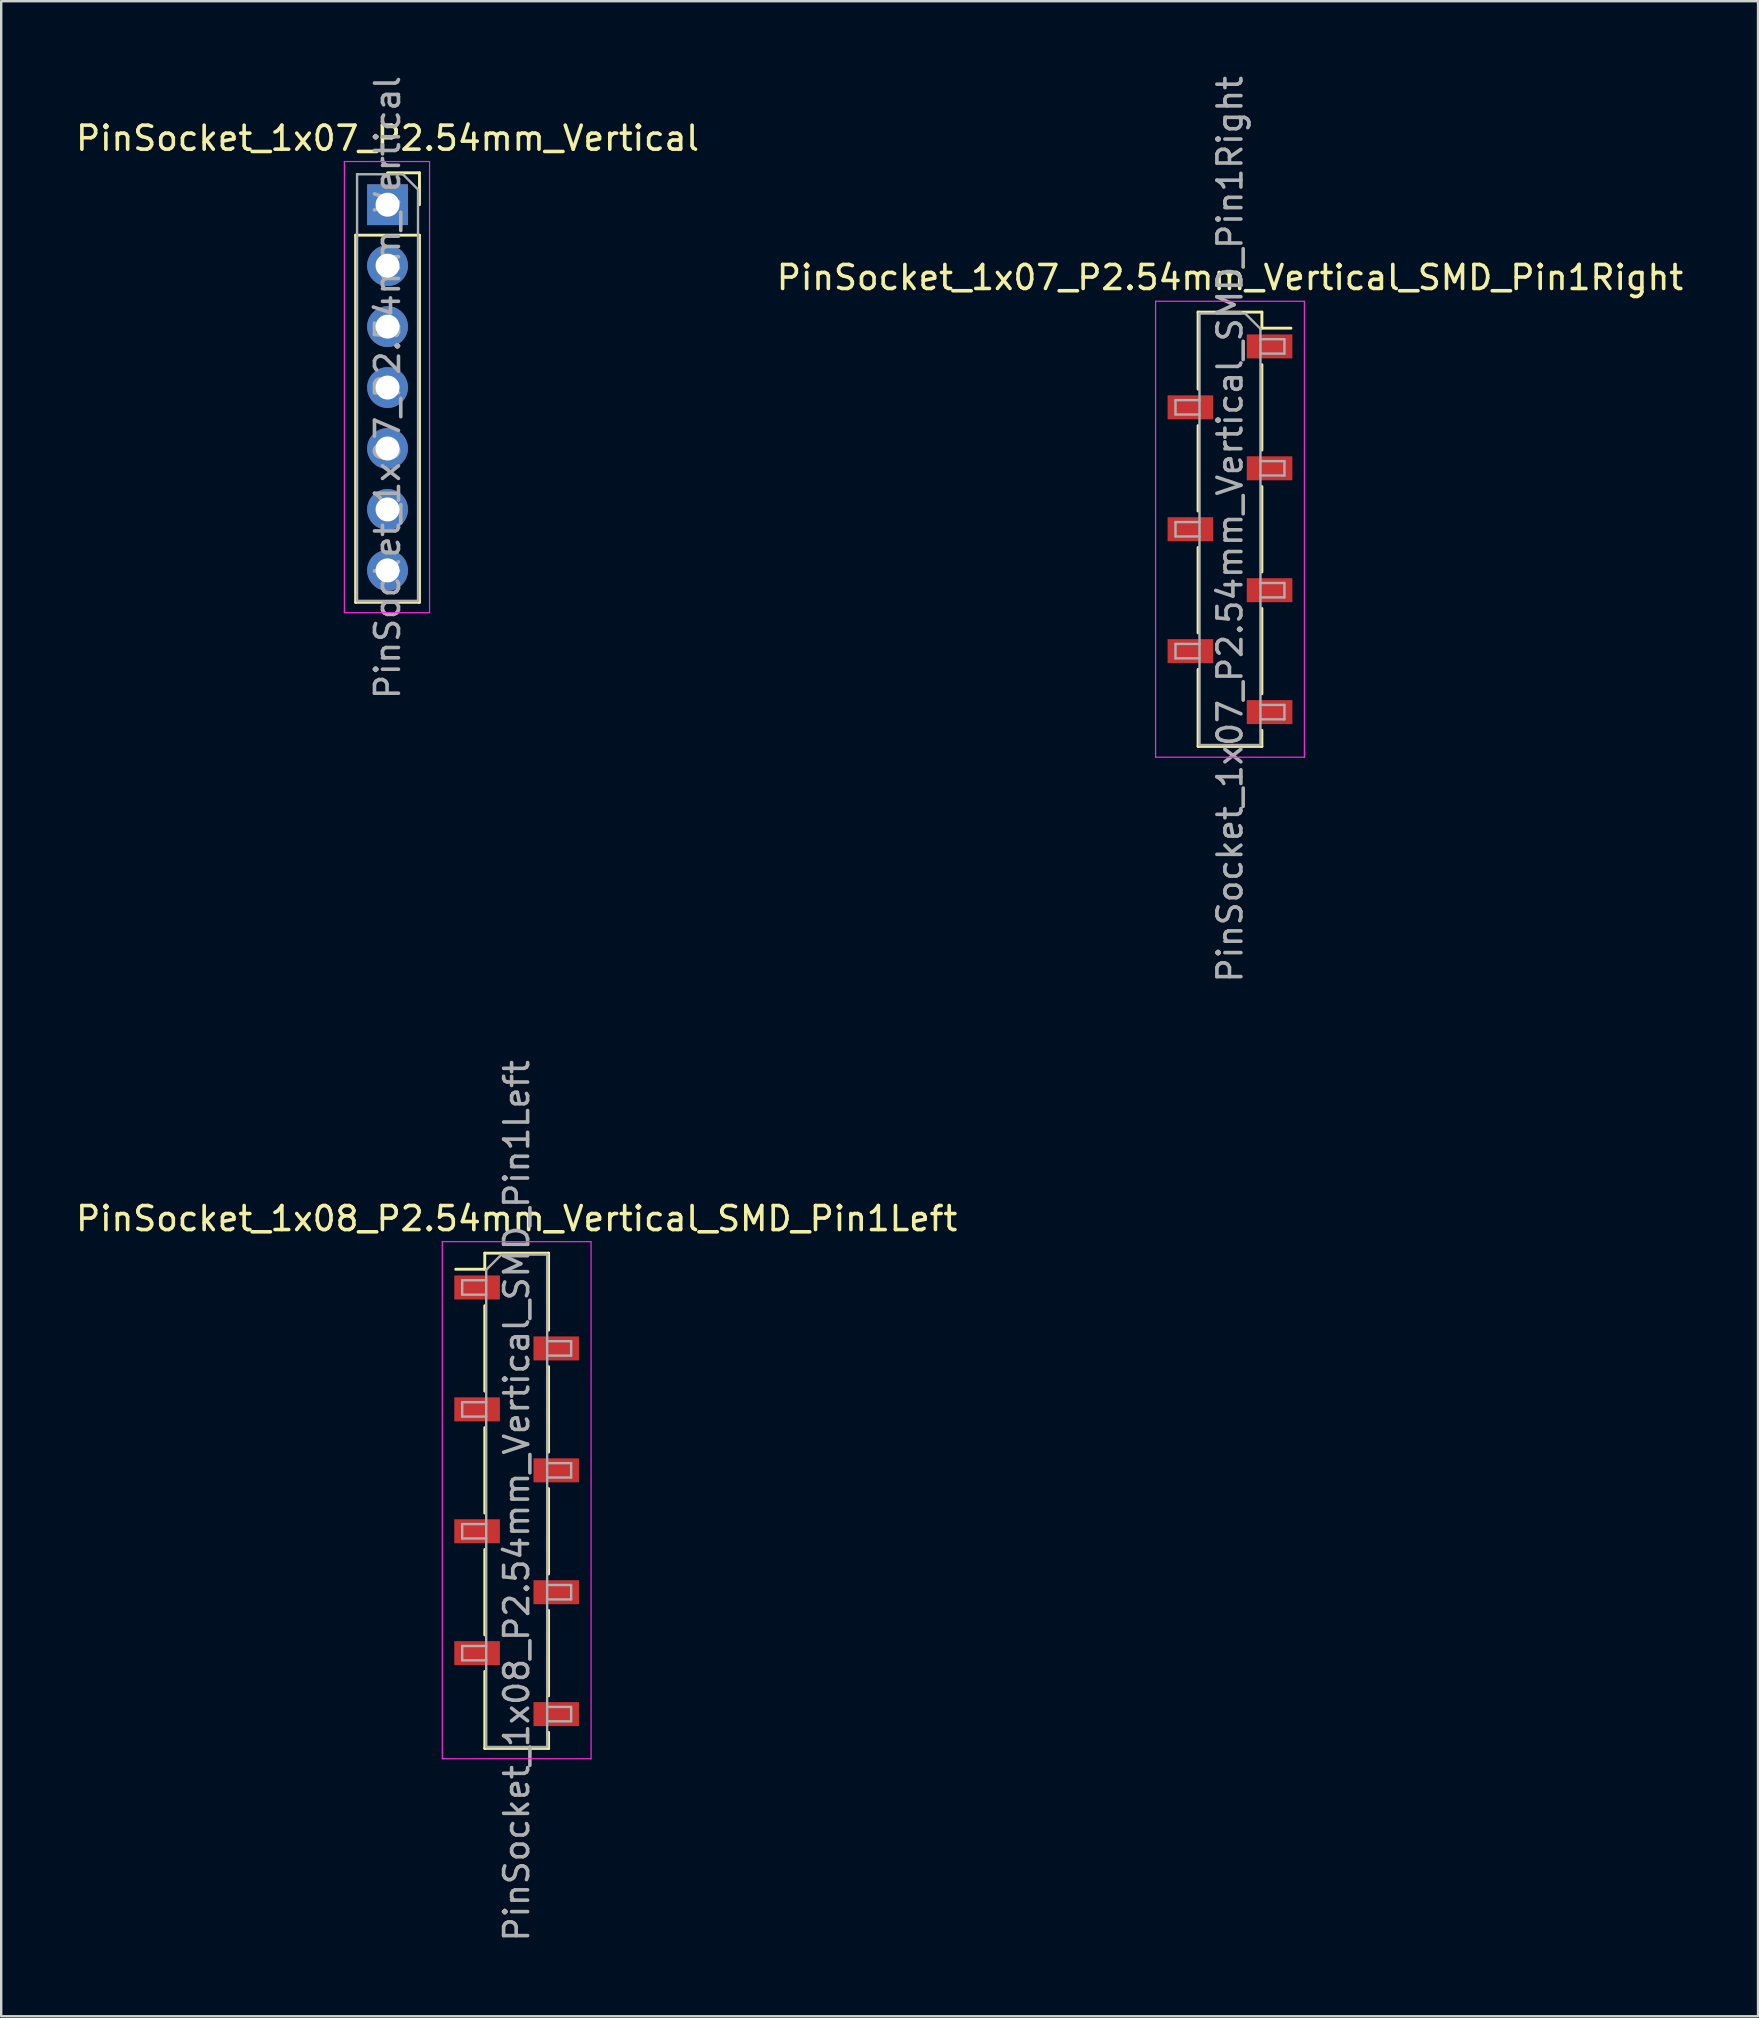
<source format=kicad_pcb>
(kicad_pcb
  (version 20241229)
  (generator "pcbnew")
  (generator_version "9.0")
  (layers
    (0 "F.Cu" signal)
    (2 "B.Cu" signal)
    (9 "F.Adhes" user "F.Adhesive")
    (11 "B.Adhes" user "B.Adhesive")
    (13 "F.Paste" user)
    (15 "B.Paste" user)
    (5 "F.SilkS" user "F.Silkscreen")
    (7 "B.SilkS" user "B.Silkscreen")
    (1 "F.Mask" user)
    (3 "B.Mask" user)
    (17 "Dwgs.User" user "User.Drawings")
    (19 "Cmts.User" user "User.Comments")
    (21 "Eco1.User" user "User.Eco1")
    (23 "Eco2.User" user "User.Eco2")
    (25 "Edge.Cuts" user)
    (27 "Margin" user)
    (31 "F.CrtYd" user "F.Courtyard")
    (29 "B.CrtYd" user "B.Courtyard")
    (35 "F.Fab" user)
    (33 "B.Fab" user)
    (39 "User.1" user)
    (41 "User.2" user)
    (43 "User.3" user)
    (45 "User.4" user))
  (footprint "PinSocket_1x07_P2.54mm_Vertical_SMD_Pin1Right"
    (layer "F.Cu")
    (at 48.208 19.006)
    (property "Reference" "PinSocket_1x07_P2.54mm_Vertical_SMD_Pin1Right" (at 0 -10.49 0) (layer "F.SilkS") (effects (font (size 1 1) (thickness 0.15))))
    (attr smd)
    (fp_line (start -1.33 -9.05) (end -1.33 -5.84) (stroke (width 0.12) (type solid)) (layer "F.SilkS"))
    (fp_line (start -1.33 -9.05) (end 1.33 -9.05) (stroke (width 0.12) (type solid)) (layer "F.SilkS"))
    (fp_line (start -1.33 -4.32) (end -1.33 -0.76) (stroke (width 0.12) (type solid)) (layer "F.SilkS"))
    (fp_line (start -1.33 0.76) (end -1.33 4.32) (stroke (width 0.12) (type solid)) (layer "F.SilkS"))
    (fp_line (start -1.33 5.84) (end -1.33 9.05) (stroke (width 0.12) (type solid)) (layer "F.SilkS"))
    (fp_line (start -1.33 9.05) (end 1.33 9.05) (stroke (width 0.12) (type solid)) (layer "F.SilkS"))
    (fp_line (start 1.33 -9.05) (end 1.33 -8.38) (stroke (width 0.12) (type solid)) (layer "F.SilkS"))
    (fp_line (start 1.33 -8.38) (end 2.54 -8.38) (stroke (width 0.12) (type solid)) (layer "F.SilkS"))
    (fp_line (start 1.33 -6.86) (end 1.33 -3.3) (stroke (width 0.12) (type solid)) (layer "F.SilkS"))
    (fp_line (start 1.33 -1.78) (end 1.33 1.78) (stroke (width 0.12) (type solid)) (layer "F.SilkS"))
    (fp_line (start 1.33 3.3) (end 1.33 6.86) (stroke (width 0.12) (type solid)) (layer "F.SilkS"))
    (fp_line (start 1.33 8.38) (end 1.33 9.05) (stroke (width 0.12) (type solid)) (layer "F.SilkS"))
    (fp_line (start -3.1 -9.5) (end 3.1 -9.5) (stroke (width 0.05) (type solid)) (layer "F.CrtYd"))
    (fp_line (start -3.1 9.5) (end -3.1 -9.5) (stroke (width 0.05) (type solid)) (layer "F.CrtYd"))
    (fp_line (start 3.1 -9.5) (end 3.1 9.5) (stroke (width 0.05) (type solid)) (layer "F.CrtYd"))
    (fp_line (start 3.1 9.5) (end -3.1 9.5) (stroke (width 0.05) (type solid)) (layer "F.CrtYd"))
    (fp_line (start -2.27 -5.38) (end -1.27 -5.38) (stroke (width 0.1) (type solid)) (layer "F.Fab"))
    (fp_line (start -2.27 -4.78) (end -2.27 -5.38) (stroke (width 0.1) (type solid)) (layer "F.Fab"))
    (fp_line (start -2.27 -0.3) (end -1.27 -0.3) (stroke (width 0.1) (type solid)) (layer "F.Fab"))
    (fp_line (start -2.27 0.3) (end -2.27 -0.3) (stroke (width 0.1) (type solid)) (layer "F.Fab"))
    (fp_line (start -2.27 4.78) (end -1.27 4.78) (stroke (width 0.1) (type solid)) (layer "F.Fab"))
    (fp_line (start -2.27 5.38) (end -2.27 4.78) (stroke (width 0.1) (type solid)) (layer "F.Fab"))
    (fp_line (start -1.27 -8.99) (end 0.635 -8.99) (stroke (width 0.1) (type solid)) (layer "F.Fab"))
    (fp_line (start -1.27 -4.78) (end -2.27 -4.78) (stroke (width 0.1) (type solid)) (layer "F.Fab"))
    (fp_line (start -1.27 0.3) (end -2.27 0.3) (stroke (width 0.1) (type solid)) (layer "F.Fab"))
    (fp_line (start -1.27 5.38) (end -2.27 5.38) (stroke (width 0.1) (type solid)) (layer "F.Fab"))
    (fp_line (start -1.27 8.99) (end -1.27 -8.99) (stroke (width 0.1) (type solid)) (layer "F.Fab"))
    (fp_line (start 0.635 -8.99) (end 1.27 -8.355) (stroke (width 0.1) (type solid)) (layer "F.Fab"))
    (fp_line (start 1.27 -8.355) (end 1.27 8.99) (stroke (width 0.1) (type solid)) (layer "F.Fab"))
    (fp_line (start 1.27 -7.92) (end 2.27 -7.92) (stroke (width 0.1) (type solid)) (layer "F.Fab"))
    (fp_line (start 1.27 -2.84) (end 2.27 -2.84) (stroke (width 0.1) (type solid)) (layer "F.Fab"))
    (fp_line (start 1.27 2.24) (end 2.27 2.24) (stroke (width 0.1) (type solid)) (layer "F.Fab"))
    (fp_line (start 1.27 7.32) (end 2.27 7.32) (stroke (width 0.1) (type solid)) (layer "F.Fab"))
    (fp_line (start 1.27 8.99) (end -1.27 8.99) (stroke (width 0.1) (type solid)) (layer "F.Fab"))
    (fp_line (start 2.27 -7.92) (end 2.27 -7.32) (stroke (width 0.1) (type solid)) (layer "F.Fab"))
    (fp_line (start 2.27 -7.32) (end 1.27 -7.32) (stroke (width 0.1) (type solid)) (layer "F.Fab"))
    (fp_line (start 2.27 -2.84) (end 2.27 -2.24) (stroke (width 0.1) (type solid)) (layer "F.Fab"))
    (fp_line (start 2.27 -2.24) (end 1.27 -2.24) (stroke (width 0.1) (type solid)) (layer "F.Fab"))
    (fp_line (start 2.27 2.24) (end 2.27 2.84) (stroke (width 0.1) (type solid)) (layer "F.Fab"))
    (fp_line (start 2.27 2.84) (end 1.27 2.84) (stroke (width 0.1) (type solid)) (layer "F.Fab"))
    (fp_line (start 2.27 7.32) (end 2.27 7.92) (stroke (width 0.1) (type solid)) (layer "F.Fab"))
    (fp_line (start 2.27 7.92) (end 1.27 7.92) (stroke (width 0.1) (type solid)) (layer "F.Fab"))
    (fp_text user "${REFERENCE}" (at 0 0 90) (layer "F.Fab") (effects (font (size 1 1) (thickness 0.15))))
    (pad "1" smd rect (at 1.65 -7.62) (size 1.9 1) (layers "F.Cu" "F.Mask" "F.Paste"))
    (pad "2" smd rect (at -1.65 -5.08) (size 1.9 1) (layers "F.Cu" "F.Mask" "F.Paste"))
    (pad "3" smd rect (at 1.65 -2.54) (size 1.9 1) (layers "F.Cu" "F.Mask" "F.Paste"))
    (pad "4" smd rect (at -1.65 0) (size 1.9 1) (layers "F.Cu" "F.Mask" "F.Paste"))
    (pad "5" smd rect (at 1.65 2.54) (size 1.9 1) (layers "F.Cu" "F.Mask" "F.Paste"))
    (pad "6" smd rect (at -1.65 5.08) (size 1.9 1) (layers "F.Cu" "F.Mask" "F.Paste"))
    (pad "7" smd rect (at 1.65 7.62) (size 1.9 1) (layers "F.Cu" "F.Mask" "F.Paste")))
  (footprint "PinSocket_1x07_P2.54mm_Vertical"
    (layer "F.Cu")
    (at 13.101 5.481)
    (property "Reference" "PinSocket_1x07_P2.54mm_Vertical" (at 0 -2.77 0) (layer "F.SilkS") (effects (font (size 1 1) (thickness 0.15))))
    (attr through_hole)
    (fp_line (start -1.33 1.27) (end -1.33 16.57) (stroke (width 0.12) (type solid)) (layer "F.SilkS"))
    (fp_line (start -1.33 1.27) (end 1.33 1.27) (stroke (width 0.12) (type solid)) (layer "F.SilkS"))
    (fp_line (start -1.33 16.57) (end 1.33 16.57) (stroke (width 0.12) (type solid)) (layer "F.SilkS"))
    (fp_line (start 0 -1.33) (end 1.33 -1.33) (stroke (width 0.12) (type solid)) (layer "F.SilkS"))
    (fp_line (start 1.33 -1.33) (end 1.33 0) (stroke (width 0.12) (type solid)) (layer "F.SilkS"))
    (fp_line (start 1.33 1.27) (end 1.33 16.57) (stroke (width 0.12) (type solid)) (layer "F.SilkS"))
    (fp_line (start -1.8 -1.8) (end 1.75 -1.8) (stroke (width 0.05) (type solid)) (layer "F.CrtYd"))
    (fp_line (start -1.8 17) (end -1.8 -1.8) (stroke (width 0.05) (type solid)) (layer "F.CrtYd"))
    (fp_line (start 1.75 -1.8) (end 1.75 17) (stroke (width 0.05) (type solid)) (layer "F.CrtYd"))
    (fp_line (start 1.75 17) (end -1.8 17) (stroke (width 0.05) (type solid)) (layer "F.CrtYd"))
    (fp_line (start -1.27 -1.27) (end 0.635 -1.27) (stroke (width 0.1) (type solid)) (layer "F.Fab"))
    (fp_line (start -1.27 16.51) (end -1.27 -1.27) (stroke (width 0.1) (type solid)) (layer "F.Fab"))
    (fp_line (start 0.635 -1.27) (end 1.27 -0.635) (stroke (width 0.1) (type solid)) (layer "F.Fab"))
    (fp_line (start 1.27 -0.635) (end 1.27 16.51) (stroke (width 0.1) (type solid)) (layer "F.Fab"))
    (fp_line (start 1.27 16.51) (end -1.27 16.51) (stroke (width 0.1) (type solid)) (layer "F.Fab"))
    (fp_text user "${REFERENCE}" (at 0 7.62 90) (layer "F.Fab") (effects (font (size 1 1) (thickness 0.15))))
    (pad "1" thru_hole rect (at 0 0) (size 1.7 1.7) (drill 1) (layers "*.Cu" "*.Mask"))
    (pad "2" thru_hole oval (at 0 2.54) (size 1.7 1.7) (drill 1) (layers "*.Cu" "*.Mask"))
    (pad "3" thru_hole oval (at 0 5.08) (size 1.7 1.7) (drill 1) (layers "*.Cu" "*.Mask"))
    (pad "4" thru_hole oval (at 0 7.62) (size 1.7 1.7) (drill 1) (layers "*.Cu" "*.Mask"))
    (pad "5" thru_hole oval (at 0 10.16) (size 1.7 1.7) (drill 1) (layers "*.Cu" "*.Mask"))
    (pad "6" thru_hole oval (at 0 12.7) (size 1.7 1.7) (drill 1) (layers "*.Cu" "*.Mask"))
    (pad "7" thru_hole oval (at 0 15.24) (size 1.7 1.7) (drill 1) (layers "*.Cu" "*.Mask")))
  (footprint "PinSocket_1x08_P2.54mm_Vertical_SMD_Pin1Left"
    (layer "F.Cu")
    (at 18.482 59.494)
    (property "Reference" "PinSocket_1x08_P2.54mm_Vertical_SMD_Pin1Left" (at 0 -11.76 0) (layer "F.SilkS") (effects (font (size 1 1) (thickness 0.15))))
    (attr smd)
    (fp_line (start -2.54 -9.65) (end -1.33 -9.65) (stroke (width 0.12) (type solid)) (layer "F.SilkS"))
    (fp_line (start -1.33 -10.32) (end -1.33 -9.65) (stroke (width 0.12) (type solid)) (layer "F.SilkS"))
    (fp_line (start -1.33 -10.32) (end 1.33 -10.32) (stroke (width 0.12) (type solid)) (layer "F.SilkS"))
    (fp_line (start -1.33 -8.13) (end -1.33 -4.57) (stroke (width 0.12) (type solid)) (layer "F.SilkS"))
    (fp_line (start -1.33 -3.05) (end -1.33 0.51) (stroke (width 0.12) (type solid)) (layer "F.SilkS"))
    (fp_line (start -1.33 2.03) (end -1.33 5.59) (stroke (width 0.12) (type solid)) (layer "F.SilkS"))
    (fp_line (start -1.33 7.11) (end -1.33 10.32) (stroke (width 0.12) (type solid)) (layer "F.SilkS"))
    (fp_line (start -1.33 10.32) (end 1.33 10.32) (stroke (width 0.12) (type solid)) (layer "F.SilkS"))
    (fp_line (start 1.33 -10.32) (end 1.33 -7.11) (stroke (width 0.12) (type solid)) (layer "F.SilkS"))
    (fp_line (start 1.33 -5.59) (end 1.33 -2.03) (stroke (width 0.12) (type solid)) (layer "F.SilkS"))
    (fp_line (start 1.33 -0.51) (end 1.33 3.05) (stroke (width 0.12) (type solid)) (layer "F.SilkS"))
    (fp_line (start 1.33 4.57) (end 1.33 8.13) (stroke (width 0.12) (type solid)) (layer "F.SilkS"))
    (fp_line (start 1.33 9.65) (end 1.33 10.32) (stroke (width 0.12) (type solid)) (layer "F.SilkS"))
    (fp_line (start -3.1 -10.8) (end 3.1 -10.8) (stroke (width 0.05) (type solid)) (layer "F.CrtYd"))
    (fp_line (start -3.1 10.75) (end -3.1 -10.8) (stroke (width 0.05) (type solid)) (layer "F.CrtYd"))
    (fp_line (start 3.1 -10.8) (end 3.1 10.75) (stroke (width 0.05) (type solid)) (layer "F.CrtYd"))
    (fp_line (start 3.1 10.75) (end -3.1 10.75) (stroke (width 0.05) (type solid)) (layer "F.CrtYd"))
    (fp_line (start -2.27 -9.19) (end -1.27 -9.19) (stroke (width 0.1) (type solid)) (layer "F.Fab"))
    (fp_line (start -2.27 -8.59) (end -2.27 -9.19) (stroke (width 0.1) (type solid)) (layer "F.Fab"))
    (fp_line (start -2.27 -4.11) (end -1.27 -4.11) (stroke (width 0.1) (type solid)) (layer "F.Fab"))
    (fp_line (start -2.27 -3.51) (end -2.27 -4.11) (stroke (width 0.1) (type solid)) (layer "F.Fab"))
    (fp_line (start -2.27 0.97) (end -1.27 0.97) (stroke (width 0.1) (type solid)) (layer "F.Fab"))
    (fp_line (start -2.27 1.57) (end -2.27 0.97) (stroke (width 0.1) (type solid)) (layer "F.Fab"))
    (fp_line (start -2.27 6.05) (end -1.27 6.05) (stroke (width 0.1) (type solid)) (layer "F.Fab"))
    (fp_line (start -2.27 6.65) (end -2.27 6.05) (stroke (width 0.1) (type solid)) (layer "F.Fab"))
    (fp_line (start -1.27 -9.625) (end -0.635 -10.26) (stroke (width 0.1) (type solid)) (layer "F.Fab"))
    (fp_line (start -1.27 -8.59) (end -2.27 -8.59) (stroke (width 0.1) (type solid)) (layer "F.Fab"))
    (fp_line (start -1.27 -3.51) (end -2.27 -3.51) (stroke (width 0.1) (type solid)) (layer "F.Fab"))
    (fp_line (start -1.27 1.57) (end -2.27 1.57) (stroke (width 0.1) (type solid)) (layer "F.Fab"))
    (fp_line (start -1.27 6.65) (end -2.27 6.65) (stroke (width 0.1) (type solid)) (layer "F.Fab"))
    (fp_line (start -1.27 10.26) (end -1.27 -9.625) (stroke (width 0.1) (type solid)) (layer "F.Fab"))
    (fp_line (start -0.635 -10.26) (end 1.27 -10.26) (stroke (width 0.1) (type solid)) (layer "F.Fab"))
    (fp_line (start 1.27 -10.26) (end 1.27 10.26) (stroke (width 0.1) (type solid)) (layer "F.Fab"))
    (fp_line (start 1.27 -6.65) (end 2.27 -6.65) (stroke (width 0.1) (type solid)) (layer "F.Fab"))
    (fp_line (start 1.27 -1.57) (end 2.27 -1.57) (stroke (width 0.1) (type solid)) (layer "F.Fab"))
    (fp_line (start 1.27 3.51) (end 2.27 3.51) (stroke (width 0.1) (type solid)) (layer "F.Fab"))
    (fp_line (start 1.27 8.59) (end 2.27 8.59) (stroke (width 0.1) (type solid)) (layer "F.Fab"))
    (fp_line (start 1.27 10.26) (end -1.27 10.26) (stroke (width 0.1) (type solid)) (layer "F.Fab"))
    (fp_line (start 2.27 -6.65) (end 2.27 -6.05) (stroke (width 0.1) (type solid)) (layer "F.Fab"))
    (fp_line (start 2.27 -6.05) (end 1.27 -6.05) (stroke (width 0.1) (type solid)) (layer "F.Fab"))
    (fp_line (start 2.27 -1.57) (end 2.27 -0.97) (stroke (width 0.1) (type solid)) (layer "F.Fab"))
    (fp_line (start 2.27 -0.97) (end 1.27 -0.97) (stroke (width 0.1) (type solid)) (layer "F.Fab"))
    (fp_line (start 2.27 3.51) (end 2.27 4.11) (stroke (width 0.1) (type solid)) (layer "F.Fab"))
    (fp_line (start 2.27 4.11) (end 1.27 4.11) (stroke (width 0.1) (type solid)) (layer "F.Fab"))
    (fp_line (start 2.27 8.59) (end 2.27 9.19) (stroke (width 0.1) (type solid)) (layer "F.Fab"))
    (fp_line (start 2.27 9.19) (end 1.27 9.19) (stroke (width 0.1) (type solid)) (layer "F.Fab"))
    (fp_text user "${REFERENCE}" (at 0 0 90) (layer "F.Fab") (effects (font (size 1 1) (thickness 0.15))))
    (pad "1" smd rect (at -1.65 -8.89) (size 1.9 1) (layers "F.Cu" "F.Mask" "F.Paste"))
    (pad "2" smd rect (at 1.65 -6.35) (size 1.9 1) (layers "F.Cu" "F.Mask" "F.Paste"))
    (pad "3" smd rect (at -1.65 -3.81) (size 1.9 1) (layers "F.Cu" "F.Mask" "F.Paste"))
    (pad "4" smd rect (at 1.65 -1.27) (size 1.9 1) (layers "F.Cu" "F.Mask" "F.Paste"))
    (pad "5" smd rect (at -1.65 1.27) (size 1.9 1) (layers "F.Cu" "F.Mask" "F.Paste"))
    (pad "6" smd rect (at 1.65 3.81) (size 1.9 1) (layers "F.Cu" "F.Mask" "F.Paste"))
    (pad "7" smd rect (at -1.65 6.35) (size 1.9 1) (layers "F.Cu" "F.Mask" "F.Paste"))
    (pad "8" smd rect (at 1.65 8.89) (size 1.9 1) (layers "F.Cu" "F.Mask" "F.Paste")))
  (gr_rect
    (start -3 -3)
    (end 70.214 80.976)
    (stroke (width 0.1) (type default))
    (fill no)
    (layer "Edge.Cuts")))
</source>
